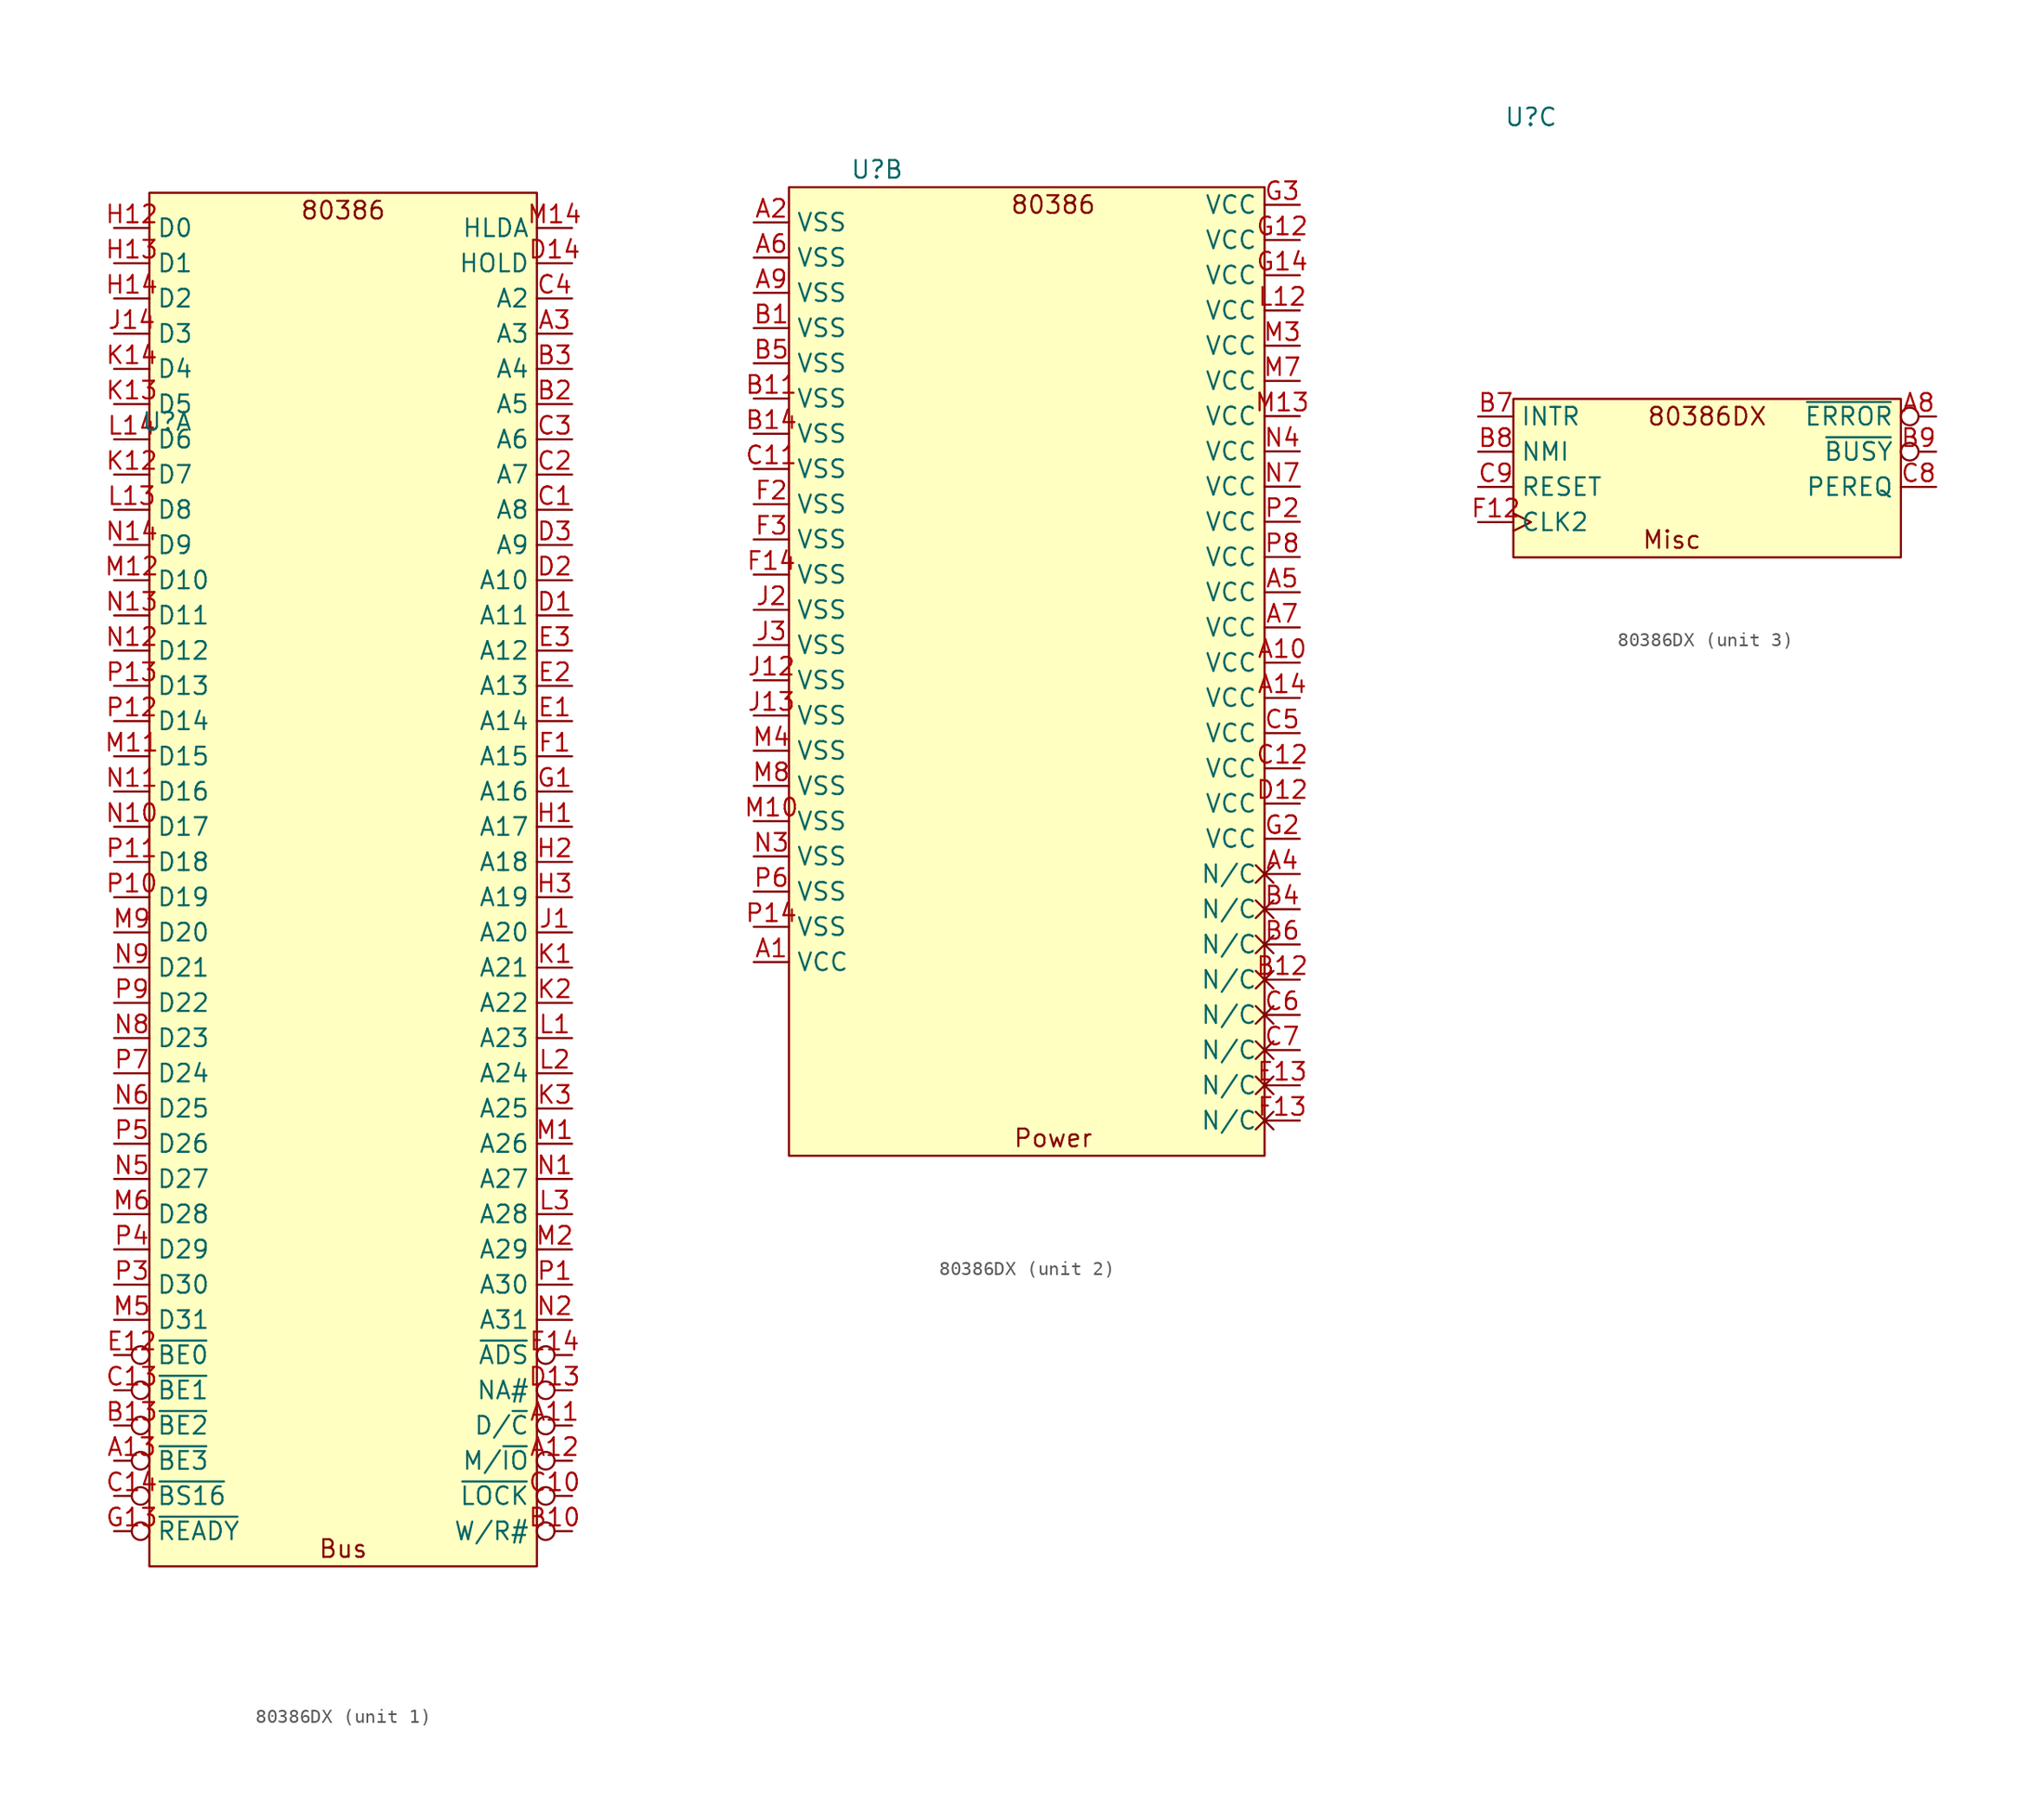
<source format=kicad_sym>
(kicad_symbol_lib
  (version 20220914)
  (generator kicad_symbol_editor)
  (symbol "80386DX"
    (property "Reference" "U"
      (at -12.7 25.4 0)
      (effects (font (size 1.27 1.27))))
    (property "Value" ""
      (at -16.51 -7.62 0)
      (effects (font (size 1.27 1.27))))
    (property "ki_locked" ""
      (at 0 0 0)
      (effects (font (size 1.27 1.27))))
    (symbol "80386DX_1_0"
      (unit_name "Bus")
      (pin output inverted (at 16.51 -46.99 180) (length 2.54) (name "D/~{C}" (effects (font (size 1.27 1.27)))) (number "A11" (effects (font (size 1.27 1.27)))))
      (pin output inverted (at 16.51 -49.53 180) (length 2.54) (name "M/~{IO}" (effects (font (size 1.27 1.27)))) (number "A12" (effects (font (size 1.27 1.27)))))
      (pin output inverted (at -16.51 -49.53 0) (length 2.54) (name "~{BE3}" (effects (font (size 1.27 1.27)))) (number "A13" (effects (font (size 1.27 1.27)))))
      (pin output line (at 16.51 31.75 180) (length 2.54) (name "A3" (effects (font (size 1.27 1.27)))) (number "A3" (effects (font (size 1.27 1.27)))))
      (pin output inverted (at 16.51 -54.61 180) (length 2.54) (name "W/R#" (effects (font (size 1.27 1.27)))) (number "B10" (effects (font (size 1.27 1.27)))))
      (pin output inverted (at -16.51 -46.99 0) (length 2.54) (name "~{BE2}" (effects (font (size 1.27 1.27)))) (number "B13" (effects (font (size 1.27 1.27)))))
      (pin output line (at 16.51 26.67 180) (length 2.54) (name "A5" (effects (font (size 1.27 1.27)))) (number "B2" (effects (font (size 1.27 1.27)))))
      (pin output line (at 16.51 29.21 180) (length 2.54) (name "A4" (effects (font (size 1.27 1.27)))) (number "B3" (effects (font (size 1.27 1.27)))))
      (pin output line (at 16.51 19.05 180) (length 2.54) (name "A8" (effects (font (size 1.27 1.27)))) (number "C1" (effects (font (size 1.27 1.27)))))
      (pin output inverted (at 16.51 -52.07 180) (length 2.54) (name "~{LOCK}" (effects (font (size 1.27 1.27)))) (number "C10" (effects (font (size 1.27 1.27)))))
      (pin output inverted (at -16.51 -44.45 0) (length 2.54) (name "~{BE1}" (effects (font (size 1.27 1.27)))) (number "C13" (effects (font (size 1.27 1.27)))))
      (pin input inverted (at -16.51 -52.07 0) (length 2.54) (name "~{BS16}" (effects (font (size 1.27 1.27)))) (number "C14" (effects (font (size 1.27 1.27)))))
      (pin output line (at 16.51 21.59 180) (length 2.54) (name "A7" (effects (font (size 1.27 1.27)))) (number "C2" (effects (font (size 1.27 1.27)))))
      (pin output line (at 16.51 24.13 180) (length 2.54) (name "A6" (effects (font (size 1.27 1.27)))) (number "C3" (effects (font (size 1.27 1.27)))))
      (pin output line (at 16.51 34.29 180) (length 2.54) (name "A2" (effects (font (size 1.27 1.27)))) (number "C4" (effects (font (size 1.27 1.27)))))
      (pin output line (at 16.51 11.43 180) (length 2.54) (name "A11" (effects (font (size 1.27 1.27)))) (number "D1" (effects (font (size 1.27 1.27)))))
      (pin input inverted (at 16.51 -44.45 180) (length 2.54) (name "NA#" (effects (font (size 1.27 1.27)))) (number "D13" (effects (font (size 1.27 1.27)))))
      (pin input line (at 16.51 36.83 180) (length 2.54) (name "HOLD" (effects (font (size 1.27 1.27)))) (number "D14" (effects (font (size 1.27 1.27)))))
      (pin output line (at 16.51 13.97 180) (length 2.54) (name "A10" (effects (font (size 1.27 1.27)))) (number "D2" (effects (font (size 1.27 1.27)))))
      (pin output line (at 16.51 16.51 180) (length 2.54) (name "A9" (effects (font (size 1.27 1.27)))) (number "D3" (effects (font (size 1.27 1.27)))))
      (pin output line (at 16.51 3.81 180) (length 2.54) (name "A14" (effects (font (size 1.27 1.27)))) (number "E1" (effects (font (size 1.27 1.27)))))
      (pin output inverted (at -16.51 -41.91 0) (length 2.54) (name "~{BE0}" (effects (font (size 1.27 1.27)))) (number "E12" (effects (font (size 1.27 1.27)))))
      (pin output inverted (at 16.51 -41.91 180) (length 2.54) (name "~{ADS}" (effects (font (size 1.27 1.27)))) (number "E14" (effects (font (size 1.27 1.27)))))
      (pin output line (at 16.51 6.35 180) (length 2.54) (name "A13" (effects (font (size 1.27 1.27)))) (number "E2" (effects (font (size 1.27 1.27)))))
      (pin output line (at 16.51 8.89 180) (length 2.54) (name "A12" (effects (font (size 1.27 1.27)))) (number "E3" (effects (font (size 1.27 1.27)))))
      (pin output line (at 16.51 1.27 180) (length 2.54) (name "A15" (effects (font (size 1.27 1.27)))) (number "F1" (effects (font (size 1.27 1.27)))))
      (pin output line (at 16.51 -1.27 180) (length 2.54) (name "A16" (effects (font (size 1.27 1.27)))) (number "G1" (effects (font (size 1.27 1.27)))))
      (pin input inverted (at -16.51 -54.61 0) (length 2.54) (name "~{READY}" (effects (font (size 1.27 1.27)))) (number "G13" (effects (font (size 1.27 1.27)))))
      (pin output line (at 16.51 -3.81 180) (length 2.54) (name "A17" (effects (font (size 1.27 1.27)))) (number "H1" (effects (font (size 1.27 1.27)))))
      (pin bidirectional line (at -16.51 39.37 0) (length 2.54) (name "D0" (effects (font (size 1.27 1.27)))) (number "H12" (effects (font (size 1.27 1.27)))))
      (pin bidirectional line (at -16.51 36.83 0) (length 2.54) (name "D1" (effects (font (size 1.27 1.27)))) (number "H13" (effects (font (size 1.27 1.27)))))
      (pin bidirectional line (at -16.51 34.29 0) (length 2.54) (name "D2" (effects (font (size 1.27 1.27)))) (number "H14" (effects (font (size 1.27 1.27)))))
      (pin output line (at 16.51 -6.35 180) (length 2.54) (name "A18" (effects (font (size 1.27 1.27)))) (number "H2" (effects (font (size 1.27 1.27)))))
      (pin output line (at 16.51 -8.89 180) (length 2.54) (name "A19" (effects (font (size 1.27 1.27)))) (number "H3" (effects (font (size 1.27 1.27)))))
      (pin output line (at 16.51 -11.43 180) (length 2.54) (name "A20" (effects (font (size 1.27 1.27)))) (number "J1" (effects (font (size 1.27 1.27)))))
      (pin bidirectional line (at -16.51 31.75 0) (length 2.54) (name "D3" (effects (font (size 1.27 1.27)))) (number "J14" (effects (font (size 1.27 1.27)))))
      (pin output line (at 16.51 -13.97 180) (length 2.54) (name "A21" (effects (font (size 1.27 1.27)))) (number "K1" (effects (font (size 1.27 1.27)))))
      (pin bidirectional line (at -16.51 21.59 0) (length 2.54) (name "D7" (effects (font (size 1.27 1.27)))) (number "K12" (effects (font (size 1.27 1.27)))))
      (pin bidirectional line (at -16.51 26.67 0) (length 2.54) (name "D5" (effects (font (size 1.27 1.27)))) (number "K13" (effects (font (size 1.27 1.27)))))
      (pin bidirectional line (at -16.51 29.21 0) (length 2.54) (name "D4" (effects (font (size 1.27 1.27)))) (number "K14" (effects (font (size 1.27 1.27)))))
      (pin output line (at 16.51 -16.51 180) (length 2.54) (name "A22" (effects (font (size 1.27 1.27)))) (number "K2" (effects (font (size 1.27 1.27)))))
      (pin output line (at 16.51 -24.13 180) (length 2.54) (name "A25" (effects (font (size 1.27 1.27)))) (number "K3" (effects (font (size 1.27 1.27)))))
      (pin output line (at 16.51 -19.05 180) (length 2.54) (name "A23" (effects (font (size 1.27 1.27)))) (number "L1" (effects (font (size 1.27 1.27)))))
      (pin bidirectional line (at -16.51 19.05 0) (length 2.54) (name "D8" (effects (font (size 1.27 1.27)))) (number "L13" (effects (font (size 1.27 1.27)))))
      (pin bidirectional line (at -16.51 24.13 0) (length 2.54) (name "D6" (effects (font (size 1.27 1.27)))) (number "L14" (effects (font (size 1.27 1.27)))))
      (pin output line (at 16.51 -21.59 180) (length 2.54) (name "A24" (effects (font (size 1.27 1.27)))) (number "L2" (effects (font (size 1.27 1.27)))))
      (pin output line (at 16.51 -31.75 180) (length 2.54) (name "A28" (effects (font (size 1.27 1.27)))) (number "L3" (effects (font (size 1.27 1.27)))))
      (pin output line (at 16.51 -26.67 180) (length 2.54) (name "A26" (effects (font (size 1.27 1.27)))) (number "M1" (effects (font (size 1.27 1.27)))))
      (pin bidirectional line (at -16.51 1.27 0) (length 2.54) (name "D15" (effects (font (size 1.27 1.27)))) (number "M11" (effects (font (size 1.27 1.27)))))
      (pin bidirectional line (at -16.51 13.97 0) (length 2.54) (name "D10" (effects (font (size 1.27 1.27)))) (number "M12" (effects (font (size 1.27 1.27)))))
      (pin output line (at 16.51 39.37 180) (length 2.54) (name "HLDA" (effects (font (size 1.27 1.27)))) (number "M14" (effects (font (size 1.27 1.27)))))
      (pin output line (at 16.51 -34.29 180) (length 2.54) (name "A29" (effects (font (size 1.27 1.27)))) (number "M2" (effects (font (size 1.27 1.27)))))
      (pin bidirectional line (at -16.51 -39.37 0) (length 2.54) (name "D31" (effects (font (size 1.27 1.27)))) (number "M5" (effects (font (size 1.27 1.27)))))
      (pin bidirectional line (at -16.51 -31.75 0) (length 2.54) (name "D28" (effects (font (size 1.27 1.27)))) (number "M6" (effects (font (size 1.27 1.27)))))
      (pin bidirectional line (at -16.51 -11.43 0) (length 2.54) (name "D20" (effects (font (size 1.27 1.27)))) (number "M9" (effects (font (size 1.27 1.27)))))
      (pin output line (at 16.51 -29.21 180) (length 2.54) (name "A27" (effects (font (size 1.27 1.27)))) (number "N1" (effects (font (size 1.27 1.27)))))
      (pin bidirectional line (at -16.51 -3.81 0) (length 2.54) (name "D17" (effects (font (size 1.27 1.27)))) (number "N10" (effects (font (size 1.27 1.27)))))
      (pin bidirectional line (at -16.51 -1.27 0) (length 2.54) (name "D16" (effects (font (size 1.27 1.27)))) (number "N11" (effects (font (size 1.27 1.27)))))
      (pin bidirectional line (at -16.51 8.89 0) (length 2.54) (name "D12" (effects (font (size 1.27 1.27)))) (number "N12" (effects (font (size 1.27 1.27)))))
      (pin bidirectional line (at -16.51 11.43 0) (length 2.54) (name "D11" (effects (font (size 1.27 1.27)))) (number "N13" (effects (font (size 1.27 1.27)))))
      (pin bidirectional line (at -16.51 16.51 0) (length 2.54) (name "D9" (effects (font (size 1.27 1.27)))) (number "N14" (effects (font (size 1.27 1.27)))))
      (pin output line (at 16.51 -39.37 180) (length 2.54) (name "A31" (effects (font (size 1.27 1.27)))) (number "N2" (effects (font (size 1.27 1.27)))))
      (pin bidirectional line (at -16.51 -29.21 0) (length 2.54) (name "D27" (effects (font (size 1.27 1.27)))) (number "N5" (effects (font (size 1.27 1.27)))))
      (pin bidirectional line (at -16.51 -24.13 0) (length 2.54) (name "D25" (effects (font (size 1.27 1.27)))) (number "N6" (effects (font (size 1.27 1.27)))))
      (pin bidirectional line (at -16.51 -19.05 0) (length 2.54) (name "D23" (effects (font (size 1.27 1.27)))) (number "N8" (effects (font (size 1.27 1.27)))))
      (pin bidirectional line (at -16.51 -13.97 0) (length 2.54) (name "D21" (effects (font (size 1.27 1.27)))) (number "N9" (effects (font (size 1.27 1.27)))))
      (pin output line (at 16.51 -36.83 180) (length 2.54) (name "A30" (effects (font (size 1.27 1.27)))) (number "P1" (effects (font (size 1.27 1.27)))))
      (pin bidirectional line (at -16.51 -8.89 0) (length 2.54) (name "D19" (effects (font (size 1.27 1.27)))) (number "P10" (effects (font (size 1.27 1.27)))))
      (pin bidirectional line (at -16.51 -6.35 0) (length 2.54) (name "D18" (effects (font (size 1.27 1.27)))) (number "P11" (effects (font (size 1.27 1.27)))))
      (pin bidirectional line (at -16.51 3.81 0) (length 2.54) (name "D14" (effects (font (size 1.27 1.27)))) (number "P12" (effects (font (size 1.27 1.27)))))
      (pin bidirectional line (at -16.51 6.35 0) (length 2.54) (name "D13" (effects (font (size 1.27 1.27)))) (number "P13" (effects (font (size 1.27 1.27)))))
      (pin bidirectional line (at -16.51 -36.83 0) (length 2.54) (name "D30" (effects (font (size 1.27 1.27)))) (number "P3" (effects (font (size 1.27 1.27)))))
      (pin bidirectional line (at -16.51 -34.29 0) (length 2.54) (name "D29" (effects (font (size 1.27 1.27)))) (number "P4" (effects (font (size 1.27 1.27)))))
      (pin bidirectional line (at -16.51 -26.67 0) (length 2.54) (name "D26" (effects (font (size 1.27 1.27)))) (number "P5" (effects (font (size 1.27 1.27)))))
      (pin bidirectional line (at -16.51 -21.59 0) (length 2.54) (name "D24" (effects (font (size 1.27 1.27)))) (number "P7" (effects (font (size 1.27 1.27)))))
      (pin bidirectional line (at -16.51 -16.51 0) (length 2.54) (name "D22" (effects (font (size 1.27 1.27)))) (number "P9" (effects (font (size 1.27 1.27))))))
    (symbol "80386DX_1_1"
      (unit_name "Bus")
      (rectangle (start -13.97 41.91) (end 13.97 -57.15) (stroke (width 0) (type default)) (fill (type background)))
      (text "80386" (at 0 40.64 0) (effects (font (size 1.27 1.27))))
      (text "Bus" (at 0 -55.88 0) (effects (font (size 1.27 1.27)))))
    (symbol "80386DX_2_0"
      (unit_name "Power")
      (pin power_in line (at -21.59 -31.75 0) (length 2.54) (name "VCC" (effects (font (size 1.27 1.27)))) (number "A1" (effects (font (size 1.27 1.27)))))
      (pin power_in line (at 17.78 -10.16 180) (length 2.54) (name "VCC" (effects (font (size 1.27 1.27)))) (number "A10" (effects (font (size 1.27 1.27)))))
      (pin power_in line (at 17.78 -12.7 180) (length 2.54) (name "VCC" (effects (font (size 1.27 1.27)))) (number "A14" (effects (font (size 1.27 1.27)))))
      (pin power_in line (at -21.59 21.59 0) (length 2.54) (name "VSS" (effects (font (size 1.27 1.27)))) (number "A2" (effects (font (size 1.27 1.27)))))
      (pin free non_logic (at 17.78 -25.4 180) (length 2.54) (name "N/C" (effects (font (size 1.27 1.27)))) (number "A4" (effects (font (size 1.27 1.27)))))
      (pin power_in line (at 17.78 -5.08 180) (length 2.54) (name "VCC" (effects (font (size 1.27 1.27)))) (number "A5" (effects (font (size 1.27 1.27)))))
      (pin power_in line (at -21.59 19.05 0) (length 2.54) (name "VSS" (effects (font (size 1.27 1.27)))) (number "A6" (effects (font (size 1.27 1.27)))))
      (pin power_in line (at 17.78 -7.62 180) (length 2.54) (name "VCC" (effects (font (size 1.27 1.27)))) (number "A7" (effects (font (size 1.27 1.27)))))
      (pin power_in line (at -21.59 16.51 0) (length 2.54) (name "VSS" (effects (font (size 1.27 1.27)))) (number "A9" (effects (font (size 1.27 1.27)))))
      (pin power_in line (at -21.59 13.97 0) (length 2.54) (name "VSS" (effects (font (size 1.27 1.27)))) (number "B1" (effects (font (size 1.27 1.27)))))
      (pin power_in line (at -21.59 8.89 0) (length 2.54) (name "VSS" (effects (font (size 1.27 1.27)))) (number "B11" (effects (font (size 1.27 1.27)))))
      (pin free non_logic (at 17.78 -33.02 180) (length 2.54) (name "N/C" (effects (font (size 1.27 1.27)))) (number "B12" (effects (font (size 1.27 1.27)))))
      (pin power_in line (at -21.59 6.35 0) (length 2.54) (name "VSS" (effects (font (size 1.27 1.27)))) (number "B14" (effects (font (size 1.27 1.27)))))
      (pin free non_logic (at 17.78 -27.94 180) (length 2.54) (name "N/C" (effects (font (size 1.27 1.27)))) (number "B4" (effects (font (size 1.27 1.27)))))
      (pin power_in line (at -21.59 11.43 0) (length 2.54) (name "VSS" (effects (font (size 1.27 1.27)))) (number "B5" (effects (font (size 1.27 1.27)))))
      (pin free non_logic (at 17.78 -30.48 180) (length 2.54) (name "N/C" (effects (font (size 1.27 1.27)))) (number "B6" (effects (font (size 1.27 1.27)))))
      (pin power_in line (at -21.59 3.81 0) (length 2.54) (name "VSS" (effects (font (size 1.27 1.27)))) (number "C11" (effects (font (size 1.27 1.27)))))
      (pin power_in line (at 17.78 -17.78 180) (length 2.54) (name "VCC" (effects (font (size 1.27 1.27)))) (number "C12" (effects (font (size 1.27 1.27)))))
      (pin power_in line (at 17.78 -15.24 180) (length 2.54) (name "VCC" (effects (font (size 1.27 1.27)))) (number "C5" (effects (font (size 1.27 1.27)))))
      (pin free non_logic (at 17.78 -35.56 180) (length 2.54) (name "N/C" (effects (font (size 1.27 1.27)))) (number "C6" (effects (font (size 1.27 1.27)))))
      (pin free non_logic (at 17.78 -38.1 180) (length 2.54) (name "N/C" (effects (font (size 1.27 1.27)))) (number "C7" (effects (font (size 1.27 1.27)))))
      (pin power_in line (at 17.78 -20.32 180) (length 2.54) (name "VCC" (effects (font (size 1.27 1.27)))) (number "D12" (effects (font (size 1.27 1.27)))))
      (pin free non_logic (at 17.78 -40.64 180) (length 2.54) (name "N/C" (effects (font (size 1.27 1.27)))) (number "E13" (effects (font (size 1.27 1.27)))))
      (pin free non_logic (at 17.78 -43.18 180) (length 2.54) (name "N/C" (effects (font (size 1.27 1.27)))) (number "F13" (effects (font (size 1.27 1.27)))))
      (pin power_in line (at -21.59 -3.81 0) (length 2.54) (name "VSS" (effects (font (size 1.27 1.27)))) (number "F14" (effects (font (size 1.27 1.27)))))
      (pin power_in line (at -21.59 1.27 0) (length 2.54) (name "VSS" (effects (font (size 1.27 1.27)))) (number "F2" (effects (font (size 1.27 1.27)))))
      (pin power_in line (at -21.59 -1.27 0) (length 2.54) (name "VSS" (effects (font (size 1.27 1.27)))) (number "F3" (effects (font (size 1.27 1.27)))))
      (pin power_in line (at 17.78 20.32 180) (length 2.54) (name "VCC" (effects (font (size 1.27 1.27)))) (number "G12" (effects (font (size 1.27 1.27)))))
      (pin power_in line (at 17.78 17.78 180) (length 2.54) (name "VCC" (effects (font (size 1.27 1.27)))) (number "G14" (effects (font (size 1.27 1.27)))))
      (pin power_in line (at 17.78 -22.86 180) (length 2.54) (name "VCC" (effects (font (size 1.27 1.27)))) (number "G2" (effects (font (size 1.27 1.27)))))
      (pin power_in line (at 17.78 22.86 180) (length 2.54) (name "VCC" (effects (font (size 1.27 1.27)))) (number "G3" (effects (font (size 1.27 1.27)))))
      (pin power_in line (at -21.59 -11.43 0) (length 2.54) (name "VSS" (effects (font (size 1.27 1.27)))) (number "J12" (effects (font (size 1.27 1.27)))))
      (pin power_in line (at -21.59 -13.97 0) (length 2.54) (name "VSS" (effects (font (size 1.27 1.27)))) (number "J13" (effects (font (size 1.27 1.27)))))
      (pin power_in line (at -21.59 -6.35 0) (length 2.54) (name "VSS" (effects (font (size 1.27 1.27)))) (number "J2" (effects (font (size 1.27 1.27)))))
      (pin power_in line (at -21.59 -8.89 0) (length 2.54) (name "VSS" (effects (font (size 1.27 1.27)))) (number "J3" (effects (font (size 1.27 1.27)))))
      (pin power_in line (at 17.78 15.24 180) (length 2.54) (name "VCC" (effects (font (size 1.27 1.27)))) (number "L12" (effects (font (size 1.27 1.27)))))
      (pin power_in line (at -21.59 -21.59 0) (length 2.54) (name "VSS" (effects (font (size 1.27 1.27)))) (number "M10" (effects (font (size 1.27 1.27)))))
      (pin power_in line (at 17.78 7.62 180) (length 2.54) (name "VCC" (effects (font (size 1.27 1.27)))) (number "M13" (effects (font (size 1.27 1.27)))))
      (pin power_in line (at 17.78 12.7 180) (length 2.54) (name "VCC" (effects (font (size 1.27 1.27)))) (number "M3" (effects (font (size 1.27 1.27)))))
      (pin power_in line (at -21.59 -16.51 0) (length 2.54) (name "VSS" (effects (font (size 1.27 1.27)))) (number "M4" (effects (font (size 1.27 1.27)))))
      (pin power_in line (at 17.78 10.16 180) (length 2.54) (name "VCC" (effects (font (size 1.27 1.27)))) (number "M7" (effects (font (size 1.27 1.27)))))
      (pin power_in line (at -21.59 -19.05 0) (length 2.54) (name "VSS" (effects (font (size 1.27 1.27)))) (number "M8" (effects (font (size 1.27 1.27)))))
      (pin power_in line (at -21.59 -24.13 0) (length 2.54) (name "VSS" (effects (font (size 1.27 1.27)))) (number "N3" (effects (font (size 1.27 1.27)))))
      (pin power_in line (at 17.78 5.08 180) (length 2.54) (name "VCC" (effects (font (size 1.27 1.27)))) (number "N4" (effects (font (size 1.27 1.27)))))
      (pin power_in line (at 17.78 2.54 180) (length 2.54) (name "VCC" (effects (font (size 1.27 1.27)))) (number "N7" (effects (font (size 1.27 1.27)))))
      (pin power_in line (at -21.59 -29.21 0) (length 2.54) (name "VSS" (effects (font (size 1.27 1.27)))) (number "P14" (effects (font (size 1.27 1.27)))))
      (pin power_in line (at 17.78 0 180) (length 2.54) (name "VCC" (effects (font (size 1.27 1.27)))) (number "P2" (effects (font (size 1.27 1.27)))))
      (pin power_in line (at -21.59 -26.67 0) (length 2.54) (name "VSS" (effects (font (size 1.27 1.27)))) (number "P6" (effects (font (size 1.27 1.27)))))
      (pin power_in line (at 17.78 -2.54 180) (length 2.54) (name "VCC" (effects (font (size 1.27 1.27)))) (number "P8" (effects (font (size 1.27 1.27))))))
    (symbol "80386DX_2_1"
      (unit_name "Power")
      (rectangle (start -19.05 24.13) (end 15.24 -45.72) (stroke (width 0) (type default)) (fill (type background)))
      (text "80386" (at 0 22.86 0) (effects (font (size 1.27 1.27))))
      (text "Power\n" (at 0 -44.45 0) (effects (font (size 1.27 1.27)))))
    (symbol "80386DX_3_0"
      (unit_name "Misc")
      (pin input inverted (at 16.51 3.81 180) (length 2.54) (name "~{ERROR}" (effects (font (size 1.27 1.27)))) (number "A8" (effects (font (size 1.27 1.27)))))
      (pin input line (at -16.51 3.81 0) (length 2.54) (name "INTR" (effects (font (size 1.27 1.27)))) (number "B7" (effects (font (size 1.27 1.27)))))
      (pin input line (at -16.51 1.27 0) (length 2.54) (name "NMI" (effects (font (size 1.27 1.27)))) (number "B8" (effects (font (size 1.27 1.27)))))
      (pin input inverted (at 16.51 1.27 180) (length 2.54) (name "~{BUSY}" (effects (font (size 1.27 1.27)))) (number "B9" (effects (font (size 1.27 1.27)))))
      (pin input line (at 16.51 -1.27 180) (length 2.54) (name "PEREQ" (effects (font (size 1.27 1.27)))) (number "C8" (effects (font (size 1.27 1.27)))))
      (pin input line (at -16.51 -1.27 0) (length 2.54) (name "RESET" (effects (font (size 1.27 1.27)))) (number "C9" (effects (font (size 1.27 1.27)))))
      (pin input clock (at -16.51 -3.81 0) (length 2.54) (name "CLK2" (effects (font (size 1.27 1.27)))) (number "F12" (effects (font (size 1.27 1.27))))))
    (symbol "80386DX_3_1"
      (unit_name "Misc")
      (rectangle (start -13.97 5.08) (end 13.97 -6.35) (stroke (width 0) (type default)) (fill (type background)))
      (text "80386DX" (at 0 3.81 0) (effects (font (size 1.27 1.27))))
      (text "Misc" (at -2.54 -5.08 0) (effects (font (size 1.27 1.27)))))))
</source>
